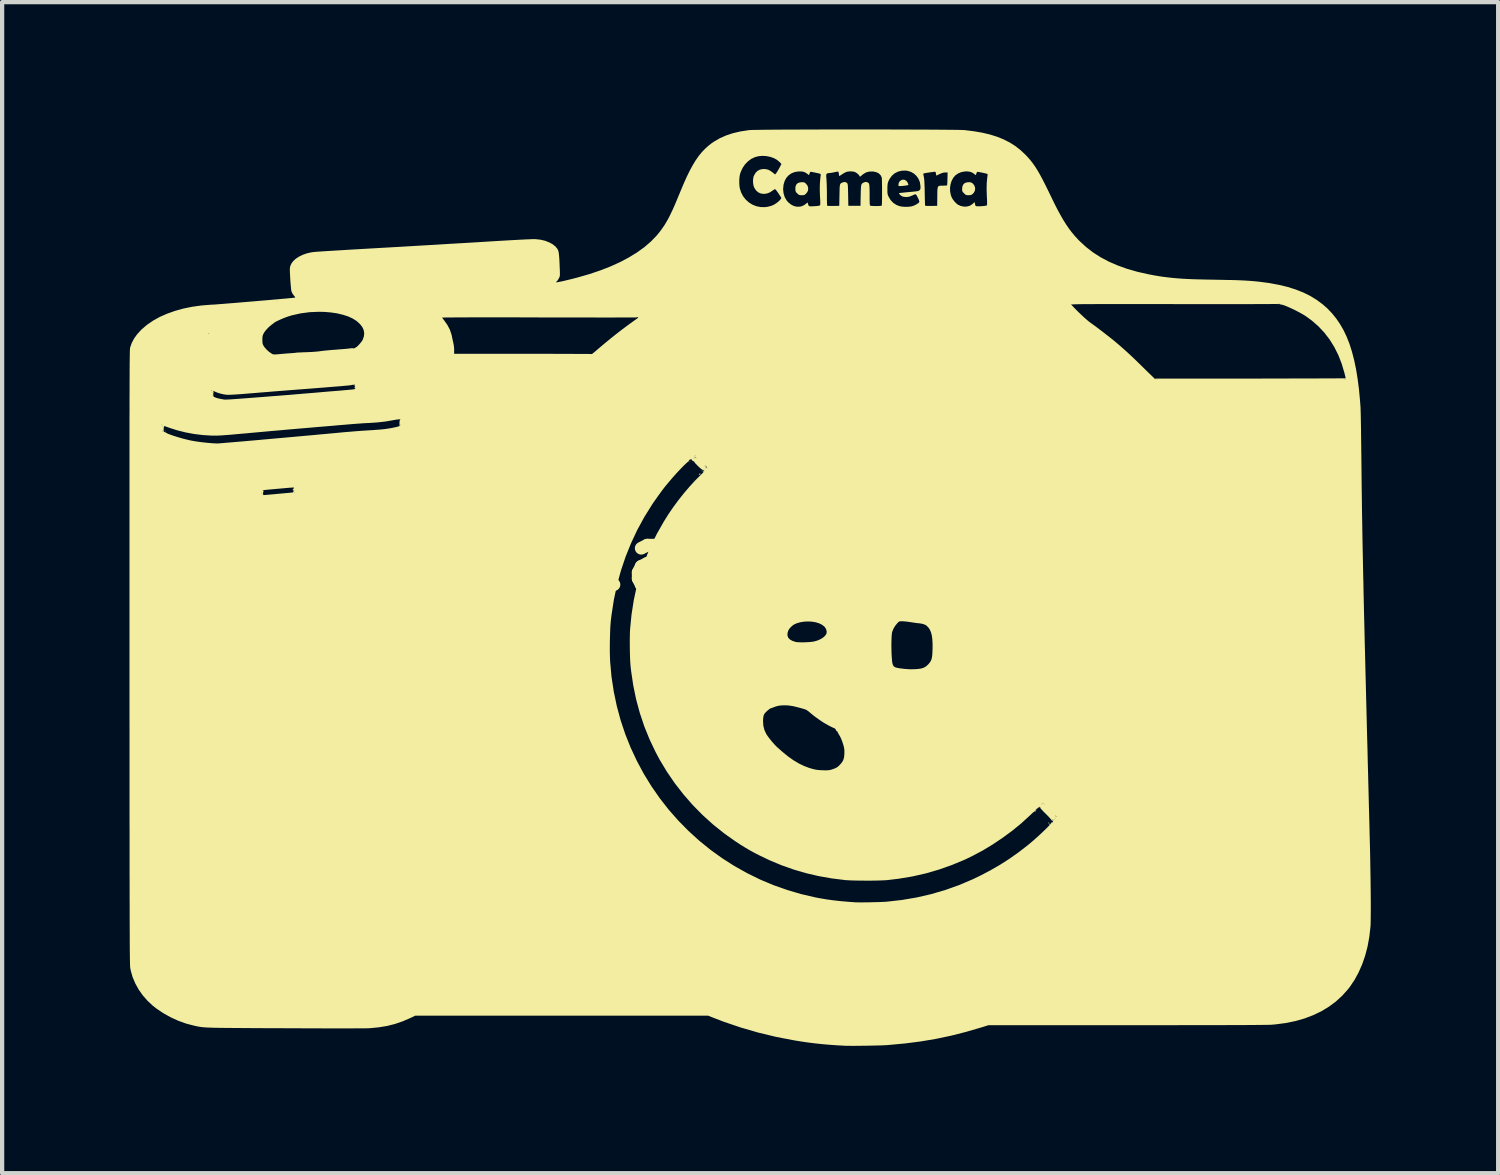
<source format=kicad_pcb>
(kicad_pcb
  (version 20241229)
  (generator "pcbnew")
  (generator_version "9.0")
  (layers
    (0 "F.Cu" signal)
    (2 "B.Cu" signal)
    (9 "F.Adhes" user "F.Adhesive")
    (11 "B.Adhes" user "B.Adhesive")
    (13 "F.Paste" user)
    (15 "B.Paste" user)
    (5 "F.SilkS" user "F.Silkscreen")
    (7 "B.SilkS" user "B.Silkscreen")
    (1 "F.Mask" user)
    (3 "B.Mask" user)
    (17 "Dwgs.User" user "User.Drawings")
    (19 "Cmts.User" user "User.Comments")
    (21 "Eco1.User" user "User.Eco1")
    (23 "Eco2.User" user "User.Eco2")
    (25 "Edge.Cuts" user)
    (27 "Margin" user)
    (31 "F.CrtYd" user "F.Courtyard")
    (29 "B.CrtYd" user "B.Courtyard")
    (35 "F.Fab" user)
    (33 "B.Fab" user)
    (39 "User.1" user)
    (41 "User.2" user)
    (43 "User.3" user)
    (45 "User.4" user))
  (footprint "camera"
    (layer "F.Cu")
    (at 14.518 10.113)
    (property "Reference" "camera" (at 0 0 0) (layer "F.SilkS") (effects (font (size 1.5 1.5) (thickness 0.3))))
    (attr board_only exclude_from_pos_files exclude_from_bom)
    (fp_poly (pts (xy -13.66 -3.017) (xy -13.665 -3.012) (xy -13.67 -3.017) (xy -13.665 -3.022)) (stroke (width 0) (type solid)) (fill yes) (layer "F.SilkS"))
    (fp_poly (pts (xy -13.66 -2.996) (xy -13.665 -2.991) (xy -13.67 -2.996) (xy -13.665 -3.001)) (stroke (width 0) (type solid)) (fill yes) (layer "F.SilkS"))
    (fp_poly (pts (xy -11.352 -1.577) (xy -11.358 -1.572) (xy -11.363 -1.577) (xy -11.358 -1.582)) (stroke (width 0) (type solid)) (fill yes) (layer "F.SilkS"))
    (fp_poly (pts (xy -11.352 -1.557) (xy -11.358 -1.552) (xy -11.363 -1.557) (xy -11.358 -1.562)) (stroke (width 0) (type solid)) (fill yes) (layer "F.SilkS"))
    (fp_poly (pts (xy -11.352 -1.516) (xy -11.358 -1.511) (xy -11.363 -1.516) (xy -11.358 -1.521)) (stroke (width 0) (type solid)) (fill yes) (layer "F.SilkS"))
    (fp_poly (pts (xy -10.668 -1.669) (xy -10.674 -1.664) (xy -10.679 -1.669) (xy -10.674 -1.674)) (stroke (width 0) (type solid)) (fill yes) (layer "F.SilkS"))
    (fp_poly (pts (xy -10.668 -1.598) (xy -10.674 -1.593) (xy -10.679 -1.598) (xy -10.674 -1.603)) (stroke (width 0) (type solid)) (fill yes) (layer "F.SilkS"))
    (fp_poly (pts (xy -10.658 -1.577) (xy -10.663 -1.572) (xy -10.668 -1.577) (xy -10.663 -1.582)) (stroke (width 0) (type solid)) (fill yes) (layer "F.SilkS"))
    (fp_poly (pts (xy -8.157 -3.282) (xy -8.162 -3.277) (xy -8.167 -3.282) (xy -8.162 -3.287)) (stroke (width 0) (type solid)) (fill yes) (layer "F.SilkS"))
    (fp_poly (pts (xy -1.235 -1.853) (xy -1.24 -1.848) (xy -1.245 -1.853) (xy -1.24 -1.858)) (stroke (width 0) (type solid)) (fill yes) (layer "F.SilkS"))
    (fp_poly (pts (xy -1.021 -2.047) (xy -1.026 -2.042) (xy -1.031 -2.047) (xy -1.026 -2.052)) (stroke (width 0) (type solid)) (fill yes) (layer "F.SilkS"))
    (fp_poly (pts (xy -1.011 -2.088) (xy -1.016 -2.083) (xy -1.021 -2.088) (xy -1.016 -2.093)) (stroke (width 0) (type solid)) (fill yes) (layer "F.SilkS"))
    (fp_poly (pts (xy -0.929 -2.169) (xy -0.934 -2.164) (xy -0.939 -2.169) (xy -0.934 -2.175)) (stroke (width 0) (type solid)) (fill yes) (layer "F.SilkS"))
    (fp_poly (pts (xy 7.177 6.233) (xy 7.172 6.238) (xy 7.167 6.233) (xy 7.172 6.227)) (stroke (width 0) (type solid)) (fill yes) (layer "F.SilkS"))
    (fp_poly (pts (xy 12.537 -5.977) (xy 12.532 -5.972) (xy 12.526 -5.977) (xy 12.532 -5.982)) (stroke (width 0) (type solid)) (fill yes) (layer "F.SilkS"))
    (fp_poly (pts (xy 12.564 -5.989) (xy 12.562 -5.983) (xy 12.557 -5.982) (xy 12.549 -5.986) (xy 12.55 -5.989) (xy 12.562 -5.991)) (stroke (width 0) (type solid)) (fill yes) (layer "F.SilkS"))
    (fp_poly (pts (xy -1.03 -2.077) (xy -1.021 -2.069) (xy -1.032 -2.066) (xy -1.036 -2.066) (xy -1.046 -2.07) (xy -1.045 -2.074) (xy -1.033 -2.078)) (stroke (width 0) (type solid)) (fill yes) (layer "F.SilkS"))
    (fp_poly (pts (xy 6.814 5.948) (xy 6.828 5.956) (xy 6.826 5.962) (xy 6.82 5.962) (xy 6.806 5.955) (xy 6.804 5.952) (xy 6.806 5.946)) (stroke (width 0) (type solid)) (fill yes) (layer "F.SilkS"))
    (fp_poly (pts (xy -1.31 -2.301) (xy -1.312 -2.297) (xy -1.321 -2.287) (xy -1.323 -2.287) (xy -1.324 -2.293) (xy -1.322 -2.297) (xy -1.312 -2.307) (xy -1.311 -2.307)) (stroke (width 0) (type solid)) (fill yes) (layer "F.SilkS"))
    (fp_poly (pts (xy -1.3 -2.341) (xy -1.302 -2.338) (xy -1.311 -2.328) (xy -1.313 -2.328) (xy -1.314 -2.334) (xy -1.312 -2.338) (xy -1.302 -2.348) (xy -1.3 -2.348)) (stroke (width 0) (type solid)) (fill yes) (layer "F.SilkS"))
    (fp_poly (pts (xy 6.857 5.907) (xy 6.855 5.911) (xy 6.846 5.921) (xy 6.844 5.921) (xy 6.843 5.915) (xy 6.845 5.911) (xy 6.855 5.901) (xy 6.857 5.901)) (stroke (width 0) (type solid)) (fill yes) (layer "F.SilkS"))
    (fp_poly (pts (xy 7.145 6.217) (xy 7.152 6.225) (xy 7.142 6.231) (xy 7.126 6.231) (xy 7.121 6.228) (xy 7.121 6.222) (xy 7.126 6.222) (xy 7.131 6.227) (xy 7.136 6.222) (xy 7.131 6.217) (xy 7.126 6.222) (xy 7.121 6.222) (xy 7.121 6.216) (xy 7.133 6.212)) (stroke (width 0) (type solid)) (fill yes) (layer "F.SilkS"))
    (fp_poly (pts (xy 7.159 6.244) (xy 7.161 6.247) (xy 7.16 6.26) (xy 7.157 6.263) (xy 7.144 6.262) (xy 7.142 6.259) (xy 7.142 6.253) (xy 7.146 6.253) (xy 7.151 6.258) (xy 7.157 6.253) (xy 7.151 6.248) (xy 7.146 6.253) (xy 7.142 6.253) (xy 7.143 6.246) (xy 7.145 6.243)) (stroke (width 0) (type solid)) (fill yes) (layer "F.SilkS"))
    (fp_poly (pts (xy -1.075 -2.014) (xy -1.077 -2.012) (xy -1.076 -2.001) (xy -1.073 -1.999) (xy -1.071 -1.991) (xy -1.078 -1.983) (xy -1.09 -1.976) (xy -1.092 -1.981) (xy -1.099 -1.987) (xy -1.105 -1.984) (xy -1.109 -1.985) (xy -1.101 -1.996) (xy -1.092 -1.996) (xy -1.087 -1.991) (xy -1.082 -1.996) (xy -1.087 -2.001) (xy -1.092 -1.996) (xy -1.101 -1.996) (xy -1.1 -1.998) (xy -1.098 -1.999) (xy -1.082 -2.016) (xy -1.073 -2.021)) (stroke (width 0) (type solid)) (fill yes) (layer "F.SilkS"))
    (fp_poly (pts (xy 3.737 -8.928) (xy 3.775 -8.908) (xy 3.776 -8.907) (xy 3.794 -8.887) (xy 3.811 -8.86) (xy 3.823 -8.833) (xy 3.828 -8.812) (xy 3.826 -8.805) (xy 3.814 -8.801) (xy 3.786 -8.796) (xy 3.75 -8.79) (xy 3.71 -8.785) (xy 3.671 -8.782) (xy 3.641 -8.78) (xy 3.637 -8.78) (xy 3.61 -8.781) (xy 3.597 -8.786) (xy 3.594 -8.801) (xy 3.594 -8.813) (xy 3.602 -8.858) (xy 3.625 -8.894) (xy 3.657 -8.919) (xy 3.696 -8.931)) (stroke (width 0) (type solid)) (fill yes) (layer "F.SilkS"))
    (fp_poly (pts (xy 1.356 -8.87) (xy 1.38 -8.865) (xy 1.4 -8.851) (xy 1.419 -8.833) (xy 1.454 -8.787) (xy 1.468 -8.735) (xy 1.465 -8.681) (xy 1.449 -8.642) (xy 1.419 -8.604) (xy 1.396 -8.582) (xy 1.377 -8.571) (xy 1.353 -8.566) (xy 1.318 -8.565) (xy 1.281 -8.566) (xy 1.257 -8.572) (xy 1.236 -8.584) (xy 1.213 -8.605) (xy 1.188 -8.629) (xy 1.175 -8.65) (xy 1.169 -8.677) (xy 1.166 -8.705) (xy 1.169 -8.766) (xy 1.187 -8.813) (xy 1.219 -8.847) (xy 1.267 -8.866) (xy 1.321 -8.872)) (stroke (width 0) (type solid)) (fill yes) (layer "F.SilkS"))
    (fp_poly (pts (xy 5.289 -8.869) (xy 5.316 -8.861) (xy 5.339 -8.845) (xy 5.378 -8.802) (xy 5.397 -8.752) (xy 5.401 -8.718) (xy 5.392 -8.664) (xy 5.365 -8.618) (xy 5.339 -8.592) (xy 5.316 -8.576) (xy 5.292 -8.568) (xy 5.258 -8.565) (xy 5.245 -8.565) (xy 5.21 -8.566) (xy 5.187 -8.571) (xy 5.166 -8.584) (xy 5.141 -8.608) (xy 5.139 -8.61) (xy 5.114 -8.636) (xy 5.101 -8.656) (xy 5.095 -8.679) (xy 5.094 -8.713) (xy 5.094 -8.715) (xy 5.101 -8.775) (xy 5.123 -8.82) (xy 5.158 -8.852) (xy 5.209 -8.868) (xy 5.251 -8.872)) (stroke (width 0) (type solid)) (fill yes) (layer "F.SilkS"))
    (fp_poly (pts (xy 2.771 -10.113) (xy 2.971 -10.113) (xy 3.169 -10.113) (xy 3.364 -10.113) (xy 3.555 -10.112) (xy 3.74 -10.112) (xy 3.919 -10.111) (xy 4.091 -10.111) (xy 4.253 -10.11) (xy 4.406 -10.109) (xy 4.548 -10.108) (xy 4.678 -10.107) (xy 4.795 -10.106) (xy 4.897 -10.105) (xy 4.984 -10.104) (xy 5.055 -10.102) (xy 5.108 -10.101) (xy 5.142 -10.099) (xy 5.15 -10.099) (xy 5.367 -10.072) (xy 5.566 -10.038) (xy 5.749 -9.995) (xy 5.917 -9.942) (xy 6.071 -9.88) (xy 6.214 -9.807) (xy 6.346 -9.724) (xy 6.468 -9.628) (xy 6.583 -9.521) (xy 6.597 -9.507) (xy 6.65 -9.45) (xy 6.7 -9.392) (xy 6.748 -9.331) (xy 6.795 -9.266) (xy 6.842 -9.195) (xy 6.89 -9.116) (xy 6.94 -9.027) (xy 6.994 -8.926) (xy 7.052 -8.812) (xy 7.116 -8.682) (xy 7.182 -8.546) (xy 7.262 -8.381) (xy 7.337 -8.233) (xy 7.409 -8.101) (xy 7.477 -7.982) (xy 7.545 -7.874) (xy 7.612 -7.776) (xy 7.681 -7.686) (xy 7.752 -7.601) (xy 7.827 -7.519) (xy 7.867 -7.479) (xy 8.017 -7.342) (xy 8.18 -7.216) (xy 8.357 -7.103) (xy 8.549 -7.001) (xy 8.757 -6.911) (xy 8.98 -6.831) (xy 9.219 -6.762) (xy 9.476 -6.704) (xy 9.617 -6.677) (xy 9.724 -6.659) (xy 9.829 -6.643) (xy 9.934 -6.63) (xy 10.04 -6.618) (xy 10.151 -6.608) (xy 10.269 -6.599) (xy 10.396 -6.592) (xy 10.534 -6.586) (xy 10.686 -6.582) (xy 10.854 -6.578) (xy 11.026 -6.575) (xy 11.183 -6.572) (xy 11.322 -6.569) (xy 11.445 -6.567) (xy 11.554 -6.564) (xy 11.651 -6.56) (xy 11.738 -6.556) (xy 11.818 -6.551) (xy 11.893 -6.546) (xy 11.965 -6.54) (xy 12.036 -6.533) (xy 12.087 -6.528) (xy 12.329 -6.496) (xy 12.554 -6.454) (xy 12.762 -6.404) (xy 12.954 -6.343) (xy 13.131 -6.273) (xy 13.295 -6.192) (xy 13.445 -6.1) (xy 13.584 -5.997) (xy 13.698 -5.897) (xy 13.806 -5.784) (xy 13.905 -5.662) (xy 13.996 -5.529) (xy 14.078 -5.386) (xy 14.152 -5.231) (xy 14.218 -5.063) (xy 14.276 -4.881) (xy 14.327 -4.684) (xy 14.372 -4.472) (xy 14.409 -4.244) (xy 14.441 -3.998) (xy 14.466 -3.733) (xy 14.476 -3.599) (xy 14.478 -3.566) (xy 14.48 -3.515) (xy 14.482 -3.447) (xy 14.484 -3.363) (xy 14.486 -3.266) (xy 14.488 -3.157) (xy 14.49 -3.037) (xy 14.491 -2.91) (xy 14.493 -2.775) (xy 14.495 -2.636) (xy 14.496 -2.493) (xy 14.497 -2.471) (xy 14.5 -2.182) (xy 14.503 -1.905) (xy 14.506 -1.637) (xy 14.51 -1.375) (xy 14.513 -1.114) (xy 14.518 -0.852) (xy 14.522 -0.586) (xy 14.527 -0.311) (xy 14.533 -0.024) (xy 14.539 0.278) (xy 14.543 0.459) (xy 14.546 0.578) (xy 14.548 0.693) (xy 14.55 0.806) (xy 14.553 0.917) (xy 14.555 1.028) (xy 14.558 1.138) (xy 14.56 1.25) (xy 14.563 1.364) (xy 14.566 1.481) (xy 14.569 1.602) (xy 14.572 1.727) (xy 14.575 1.858) (xy 14.578 1.996) (xy 14.582 2.141) (xy 14.586 2.295) (xy 14.59 2.458) (xy 14.594 2.631) (xy 14.599 2.815) (xy 14.604 3.012) (xy 14.609 3.221) (xy 14.615 3.444) (xy 14.621 3.682) (xy 14.627 3.935) (xy 14.634 4.205) (xy 14.642 4.492) (xy 14.649 4.798) (xy 14.658 5.123) (xy 14.66 5.217) (xy 14.664 5.363) (xy 14.668 5.52) (xy 14.672 5.682) (xy 14.676 5.848) (xy 14.681 6.012) (xy 14.685 6.172) (xy 14.689 6.323) (xy 14.692 6.462) (xy 14.695 6.586) (xy 14.696 6.621) (xy 14.701 6.806) (xy 14.705 6.991) (xy 14.708 7.173) (xy 14.711 7.352) (xy 14.714 7.526) (xy 14.716 7.693) (xy 14.718 7.852) (xy 14.719 8.002) (xy 14.72 8.141) (xy 14.72 8.268) (xy 14.719 8.382) (xy 14.718 8.481) (xy 14.717 8.563) (xy 14.715 8.628) (xy 14.712 8.671) (xy 14.685 8.905) (xy 14.644 9.13) (xy 14.588 9.344) (xy 14.518 9.548) (xy 14.434 9.739) (xy 14.338 9.917) (xy 14.229 10.079) (xy 14.183 10.138) (xy 14.048 10.289) (xy 13.899 10.426) (xy 13.735 10.548) (xy 13.558 10.655) (xy 13.367 10.747) (xy 13.163 10.825) (xy 12.946 10.887) (xy 12.715 10.934) (xy 12.472 10.966) (xy 12.378 10.974) (xy 12.352 10.975) (xy 12.306 10.976) (xy 12.239 10.977) (xy 12.153 10.978) (xy 12.046 10.979) (xy 11.92 10.98) (xy 11.773 10.981) (xy 11.607 10.982) (xy 11.422 10.982) (xy 11.217 10.983) (xy 10.992 10.983) (xy 10.749 10.984) (xy 10.486 10.984) (xy 10.204 10.984) (xy 9.903 10.985) (xy 9.583 10.985) (xy 9.245 10.985) (xy 8.975 10.985) (xy 5.714 10.985) (xy 5.534 11.041) (xy 5.18 11.144) (xy 4.829 11.233) (xy 4.477 11.307) (xy 4.121 11.367) (xy 3.757 11.414) (xy 3.381 11.449) (xy 3.308 11.455) (xy 3.262 11.457) (xy 3.2 11.46) (xy 3.125 11.462) (xy 3.039 11.464) (xy 2.946 11.466) (xy 2.849 11.468) (xy 2.752 11.469) (xy 2.657 11.47) (xy 2.568 11.471) (xy 2.487 11.471) (xy 2.418 11.47) (xy 2.365 11.47) (xy 2.338 11.469) (xy 2.141 11.458) (xy 1.959 11.445) (xy 1.788 11.43) (xy 1.622 11.412) (xy 1.456 11.391) (xy 1.286 11.366) (xy 1.133 11.341) (xy 0.712 11.26) (xy 0.293 11.159) (xy -0.121 11.039) (xy -0.53 10.9) (xy -0.763 10.81) (xy -0.889 10.76) (xy -4.338 10.76) (xy -7.787 10.76) (xy -7.903 10.816) (xy -8.084 10.894) (xy -8.266 10.956) (xy -8.452 11.003) (xy -8.646 11.035) (xy -8.853 11.055) (xy -8.871 11.056) (xy -8.899 11.057) (xy -8.946 11.058) (xy -9.012 11.058) (xy -9.095 11.059) (xy -9.194 11.059) (xy -9.309 11.06) (xy -9.437 11.06) (xy -9.579 11.06) (xy -9.733 11.06) (xy -9.898 11.06) (xy -10.073 11.059) (xy -10.257 11.059) (xy -10.449 11.058) (xy -10.648 11.057) (xy -10.853 11.057) (xy -10.873 11.056) (xy -11.102 11.055) (xy -11.312 11.055) (xy -11.504 11.054) (xy -11.678 11.053) (xy -11.835 11.052) (xy -11.977 11.051) (xy -12.105 11.05) (xy -12.218 11.049) (xy -12.32 11.048) (xy -12.409 11.047) (xy -12.488 11.046) (xy -12.557 11.044) (xy -12.617 11.042) (xy -12.669 11.04) (xy -12.715 11.038) (xy -12.754 11.035) (xy -12.789 11.032) (xy -12.82 11.029) (xy -12.848 11.025) (xy -12.874 11.021) (xy -12.898 11.017) (xy -12.923 11.012) (xy -12.949 11.006) (xy -12.977 11) (xy -13.003 10.994) (xy -13.187 10.946) (xy -13.37 10.88) (xy -13.549 10.798) (xy -13.721 10.702) (xy -13.88 10.595) (xy -13.974 10.521) (xy -14.097 10.406) (xy -14.206 10.281) (xy -14.301 10.146) (xy -14.38 10.004) (xy -14.443 9.857) (xy -14.486 9.708) (xy -14.5 9.637) (xy -14.501 9.63) (xy -14.502 9.619) (xy -14.503 9.606) (xy -14.504 9.589) (xy -14.505 9.568) (xy -14.506 9.542) (xy -14.507 9.512) (xy -14.507 9.476) (xy -14.508 9.435) (xy -14.509 9.387) (xy -14.509 9.332) (xy -14.51 9.271) (xy -14.511 9.202) (xy -14.511 9.124) (xy -14.512 9.039) (xy -14.512 8.944) (xy -14.512 8.841) (xy -14.513 8.727) (xy -14.513 8.603) (xy -14.514 8.469) (xy -14.514 8.324) (xy -14.514 8.167) (xy -14.515 7.998) (xy -14.515 7.816) (xy -14.515 7.622) (xy -14.516 7.415) (xy -14.516 7.194) (xy -14.516 6.958) (xy -14.516 6.708) (xy -14.516 6.443) (xy -14.517 6.163) (xy -14.517 5.866) (xy -14.517 5.554) (xy -14.517 5.224) (xy -14.517 4.877) (xy -14.517 4.513) (xy -14.517 4.13) (xy -14.518 3.729) (xy -14.518 3.309) (xy -14.518 2.869) (xy -14.518 2.41) (xy -14.518 2.312) (xy -14.518 2.062) (xy -3.204 2.062) (xy -3.204 2.174) (xy -3.202 2.278) (xy -3.199 2.37) (xy -3.196 2.43) (xy -3.164 2.78) (xy -3.111 3.127) (xy -3.04 3.468) (xy -2.949 3.804) (xy -2.839 4.133) (xy -2.716 4.441) (xy -2.568 4.758) (xy -2.404 5.064) (xy -2.223 5.358) (xy -2.027 5.64) (xy -1.816 5.91) (xy -1.59 6.166) (xy -1.351 6.409) (xy -1.099 6.638) (xy -0.835 6.852) (xy -0.559 7.051) (xy -0.272 7.234) (xy 0.025 7.401) (xy 0.332 7.552) (xy 0.648 7.685) (xy 0.973 7.8) (xy 1.305 7.897) (xy 1.644 7.976) (xy 1.73 7.992) (xy 1.892 8.02) (xy 2.058 8.043) (xy 2.235 8.063) (xy 2.424 8.079) (xy 2.578 8.09) (xy 2.617 8.091) (xy 2.673 8.092) (xy 2.741 8.092) (xy 2.82 8.091) (xy 2.904 8.09) (xy 2.99 8.088) (xy 3.075 8.086) (xy 3.155 8.084) (xy 3.226 8.081) (xy 3.284 8.078) (xy 3.323 8.075) (xy 3.678 8.035) (xy 4.024 7.976) (xy 4.363 7.898) (xy 4.694 7.801) (xy 5.018 7.686) (xy 5.337 7.551) (xy 5.512 7.467) (xy 5.757 7.339) (xy 5.986 7.207) (xy 6.205 7.067) (xy 6.42 6.915) (xy 6.637 6.748) (xy 6.641 6.744) (xy 6.703 6.693) (xy 6.769 6.637) (xy 6.835 6.578) (xy 6.901 6.519) (xy 6.965 6.46) (xy 7.024 6.403) (xy 7.078 6.351) (xy 7.124 6.304) (xy 7.161 6.264) (xy 7.187 6.234) (xy 7.2 6.214) (xy 7.201 6.208) (xy 7.199 6.198) (xy 7.205 6.205) (xy 7.215 6.212) (xy 7.228 6.203) (xy 7.228 6.202) (xy 7.235 6.186) (xy 7.228 6.171) (xy 7.228 6.171) (xy 7.248 6.171) (xy 7.253 6.176) (xy 7.259 6.171) (xy 7.253 6.166) (xy 7.248 6.171) (xy 7.228 6.171) (xy 7.213 6.162) (xy 7.205 6.163) (xy 7.199 6.163) (xy 7.201 6.159) (xy 7.199 6.155) (xy 7.251 6.155) (xy 7.252 6.156) (xy 7.262 6.149) (xy 7.264 6.146) (xy 7.266 6.136) (xy 7.265 6.136) (xy 7.256 6.143) (xy 7.253 6.146) (xy 7.251 6.155) (xy 7.199 6.155) (xy 7.196 6.148) (xy 7.18 6.128) (xy 7.219 6.128) (xy 7.222 6.134) (xy 7.232 6.145) (xy 7.238 6.143) (xy 7.238 6.141) (xy 7.231 6.133) (xy 7.226 6.13) (xy 7.219 6.128) (xy 7.18 6.128) (xy 7.179 6.126) (xy 7.173 6.12) (xy 7.279 6.12) (xy 7.284 6.125) (xy 7.289 6.12) (xy 7.284 6.115) (xy 7.279 6.12) (xy 7.173 6.12) (xy 7.151 6.095) (xy 7.136 6.079) (xy 7.279 6.079) (xy 7.284 6.085) (xy 7.285 6.084) (xy 7.302 6.084) (xy 7.303 6.085) (xy 7.313 6.077) (xy 7.315 6.074) (xy 7.317 6.065) (xy 7.316 6.064) (xy 7.307 6.071) (xy 7.305 6.074) (xy 7.302 6.084) (xy 7.285 6.084) (xy 7.289 6.079) (xy 7.284 6.074) (xy 7.279 6.079) (xy 7.136 6.079) (xy 7.121 6.063) (xy 7.292 6.063) (xy 7.293 6.064) (xy 7.302 6.057) (xy 7.305 6.054) (xy 7.307 6.044) (xy 7.306 6.044) (xy 7.296 6.051) (xy 7.294 6.054) (xy 7.292 6.063) (xy 7.121 6.063) (xy 7.114 6.056) (xy 7.072 6.013) (xy 7.065 6.007) (xy 7.015 5.957) (xy 6.979 5.919) (xy 6.954 5.892) (xy 6.939 5.873) (xy 6.933 5.86) (xy 6.934 5.852) (xy 6.935 5.85) (xy 6.941 5.84) (xy 6.935 5.845) (xy 6.932 5.847) (xy 6.915 5.854) (xy 6.906 5.849) (xy 6.896 5.846) (xy 6.895 5.857) (xy 6.889 5.871) (xy 6.88 5.873) (xy 6.863 5.878) (xy 6.842 5.894) (xy 6.84 5.896) (xy 6.824 5.915) (xy 6.823 5.926) (xy 6.83 5.933) (xy 6.838 5.94) (xy 6.829 5.938) (xy 6.826 5.937) (xy 6.815 5.939) (xy 6.798 5.949) (xy 6.772 5.969) (xy 6.736 6.001) (xy 6.689 6.046) (xy 6.678 6.056) (xy 6.483 6.234) (xy 6.272 6.406) (xy 6.048 6.571) (xy 5.815 6.727) (xy 5.577 6.871) (xy 5.336 6.999) (xy 5.156 7.086) (xy 4.852 7.212) (xy 4.546 7.32) (xy 4.236 7.41) (xy 3.918 7.482) (xy 3.592 7.536) (xy 3.333 7.567) (xy 3.278 7.571) (xy 3.205 7.574) (xy 3.12 7.577) (xy 3.025 7.579) (xy 2.923 7.58) (xy 2.819 7.58) (xy 2.715 7.579) (xy 2.615 7.578) (xy 2.524 7.576) (xy 2.443 7.573) (xy 2.377 7.569) (xy 2.343 7.567) (xy 2.022 7.527) (xy 1.715 7.473) (xy 1.418 7.404) (xy 1.128 7.319) (xy 0.845 7.219) (xy 0.564 7.102) (xy 0.346 6.998) (xy 0.24 6.945) (xy 0.145 6.894) (xy 0.056 6.844) (xy -0.034 6.79) (xy -0.129 6.731) (xy -0.234 6.662) (xy -0.235 6.662) (xy -0.508 6.469) (xy -0.768 6.261) (xy -1.016 6.037) (xy -1.186 5.865) (xy 6.881 5.865) (xy 6.886 5.87) (xy 6.891 5.865) (xy 6.886 5.86) (xy 6.881 5.865) (xy -1.186 5.865) (xy -1.216 5.834) (xy 6.911 5.834) (xy 6.917 5.84) (xy 6.922 5.834) (xy 6.917 5.829) (xy 6.911 5.834) (xy -1.216 5.834) (xy -1.25 5.8) (xy -1.256 5.794) (xy 6.963 5.794) (xy 6.968 5.799) (xy 6.973 5.794) (xy 6.968 5.789) (xy 6.963 5.794) (xy -1.256 5.794) (xy -1.264 5.783) (xy 7.024 5.783) (xy 7.029 5.789) (xy 7.034 5.783) (xy 7.029 5.778) (xy 7.024 5.783) (xy -1.264 5.783) (xy -1.273 5.773) (xy 6.973 5.773) (xy 6.978 5.778) (xy 6.983 5.773) (xy 6.978 5.768) (xy 6.973 5.773) (xy -1.273 5.773) (xy -1.282 5.763) (xy 7.014 5.763) (xy 7.019 5.768) (xy 7.024 5.763) (xy 7.019 5.758) (xy 7.014 5.763) (xy -1.282 5.763) (xy -1.291 5.753) (xy 6.973 5.753) (xy 6.978 5.758) (xy 6.983 5.753) (xy 6.993 5.753) (xy 6.998 5.758) (xy 7.003 5.753) (xy 6.998 5.748) (xy 6.993 5.753) (xy 6.983 5.753) (xy 6.978 5.748) (xy 6.973 5.753) (xy -1.291 5.753) (xy -1.469 5.549) (xy -1.673 5.287) (xy -1.861 5.012) (xy -2.032 4.728) (xy -2.125 4.553) (xy -2.268 4.252) (xy -2.393 3.945) (xy -2.433 3.823) (xy 0.405 3.823) (xy 0.412 3.932) (xy 0.437 4.031) (xy 0.48 4.124) (xy 0.483 4.13) (xy 0.515 4.177) (xy 0.558 4.234) (xy 0.606 4.294) (xy 0.656 4.352) (xy 0.703 4.402) (xy 0.726 4.426) (xy 0.865 4.549) (xy 0.996 4.656) (xy 1.123 4.745) (xy 1.247 4.819) (xy 1.37 4.879) (xy 1.492 4.925) (xy 1.509 4.93) (xy 1.578 4.95) (xy 1.638 4.964) (xy 1.695 4.973) (xy 1.757 4.978) (xy 1.831 4.98) (xy 1.843 4.981) (xy 1.9 4.981) (xy 1.943 4.979) (xy 1.977 4.974) (xy 2.01 4.967) (xy 2.042 4.956) (xy 2.093 4.938) (xy 2.131 4.92) (xy 2.163 4.899) (xy 2.196 4.87) (xy 2.222 4.843) (xy 2.265 4.792) (xy 2.294 4.74) (xy 2.312 4.682) (xy 2.32 4.612) (xy 2.321 4.569) (xy 2.321 4.515) (xy 2.317 4.472) (xy 2.309 4.43) (xy 2.295 4.38) (xy 2.29 4.363) (xy 2.266 4.291) (xy 2.242 4.231) (xy 2.216 4.178) (xy 2.187 4.13) (xy 2.171 4.103) (xy 2.162 4.082) (xy 2.161 4.076) (xy 2.153 4.064) (xy 2.148 4.063) (xy 2.135 4.055) (xy 2.124 4.036) (xy 2.122 4.019) (xy 2.118 4.015) (xy 2.114 4.017) (xy 2.105 4.015) (xy 2.103 4.008) (xy 2.099 3.995) (xy 2.095 3.994) (xy 2.083 3.99) (xy 2.056 3.978) (xy 2.019 3.961) (xy 1.976 3.939) (xy 1.93 3.914) (xy 1.885 3.889) (xy 1.845 3.866) (xy 1.828 3.856) (xy 1.713 3.779) (xy 1.603 3.698) (xy 1.515 3.626) (xy 1.472 3.59) (xy 1.437 3.566) (xy 1.406 3.549) (xy 1.373 3.538) (xy 1.372 3.538) (xy 1.33 3.526) (xy 1.28 3.512) (xy 1.235 3.5) (xy 1.118 3.471) (xy 1.015 3.455) (xy 0.939 3.45) (xy 0.864 3.451) (xy 0.802 3.456) (xy 0.746 3.466) (xy 0.687 3.484) (xy 0.628 3.507) (xy 0.601 3.516) (xy 0.588 3.519) (xy 0.571 3.527) (xy 0.545 3.546) (xy 0.513 3.572) (xy 0.502 3.581) (xy 0.464 3.618) (xy 0.437 3.651) (xy 0.42 3.687) (xy 0.411 3.731) (xy 0.406 3.787) (xy 0.405 3.823) (xy -2.433 3.823) (xy -2.498 3.63) (xy -2.585 3.308) (xy -2.653 2.977) (xy -2.703 2.638) (xy -2.716 2.522) (xy -2.721 2.457) (xy -2.726 2.376) (xy -2.729 2.283) (xy -2.732 2.182) (xy -2.733 2.077) (xy -2.733 2.04) (xy 3.428 2.04) (xy 3.429 2.124) (xy 3.431 2.208) (xy 3.435 2.287) (xy 3.44 2.358) (xy 3.445 2.417) (xy 3.451 2.456) (xy 3.463 2.497) (xy 3.48 2.527) (xy 3.507 2.549) (xy 3.548 2.564) (xy 3.604 2.575) (xy 3.62 2.578) (xy 3.746 2.593) (xy 3.86 2.601) (xy 3.968 2.6) (xy 4.059 2.594) (xy 4.136 2.582) (xy 4.198 2.561) (xy 4.251 2.528) (xy 4.3 2.482) (xy 4.3 2.482) (xy 4.329 2.447) (xy 4.352 2.413) (xy 4.369 2.376) (xy 4.381 2.334) (xy 4.389 2.282) (xy 4.394 2.217) (xy 4.397 2.137) (xy 4.398 2.117) (xy 4.398 1.996) (xy 4.392 1.892) (xy 4.38 1.804) (xy 4.361 1.731) (xy 4.335 1.67) (xy 4.301 1.619) (xy 4.259 1.577) (xy 4.244 1.565) (xy 4.209 1.547) (xy 4.158 1.531) (xy 4.097 1.52) (xy 4.067 1.517) (xy 4.045 1.515) (xy 4.016 1.511) (xy 3.977 1.506) (xy 3.926 1.498) (xy 3.86 1.488) (xy 3.808 1.481) (xy 3.759 1.475) (xy 3.706 1.471) (xy 3.676 1.47) (xy 3.64 1.471) (xy 3.616 1.475) (xy 3.598 1.486) (xy 3.577 1.506) (xy 3.572 1.511) (xy 3.517 1.578) (xy 3.474 1.651) (xy 3.446 1.723) (xy 3.445 1.727) (xy 3.439 1.763) (xy 3.434 1.816) (xy 3.431 1.882) (xy 3.429 1.958) (xy 3.428 2.04) (xy -2.733 2.04) (xy -2.734 1.972) (xy -2.733 1.872) (xy -2.732 1.807) (xy 0.98 1.807) (xy 0.998 1.856) (xy 1.035 1.897) (xy 1.092 1.93) (xy 1.167 1.956) (xy 1.169 1.957) (xy 1.203 1.962) (xy 1.253 1.965) (xy 1.314 1.967) (xy 1.38 1.966) (xy 1.448 1.963) (xy 1.511 1.959) (xy 1.567 1.953) (xy 1.604 1.947) (xy 1.685 1.924) (xy 1.757 1.893) (xy 1.817 1.856) (xy 1.864 1.815) (xy 1.894 1.771) (xy 1.901 1.754) (xy 1.904 1.709) (xy 1.891 1.66) (xy 1.864 1.613) (xy 1.848 1.595) (xy 1.795 1.553) (xy 1.728 1.52) (xy 1.648 1.495) (xy 1.561 1.48) (xy 1.469 1.475) (xy 1.376 1.479) (xy 1.286 1.493) (xy 1.201 1.517) (xy 1.143 1.542) (xy 1.101 1.57) (xy 1.058 1.609) (xy 1.022 1.651) (xy 1 1.688) (xy 0.981 1.751) (xy 0.98 1.807) (xy -2.732 1.807) (xy -2.732 1.78) (xy -2.729 1.701) (xy -2.727 1.659) (xy -2.693 1.315) (xy -2.641 0.979) (xy -2.571 0.651) (xy -2.481 0.331) (xy -2.372 0.018) (xy -2.245 -0.288) (xy -2.098 -0.586) (xy -1.932 -0.878) (xy -1.823 -1.052) (xy -1.708 -1.22) (xy -1.584 -1.388) (xy -1.454 -1.551) (xy -1.322 -1.706) (xy -1.19 -1.849) (xy -1.062 -1.977) (xy -1.038 -2) (xy -1.01 -2.028) (xy -0.998 -2.047) (xy -1 -2.056) (xy -1.01 -2.072) (xy -1.011 -2.077) (xy -1.006 -2.08) (xy -1.002 -2.074) (xy -0.993 -2.067) (xy -0.993 -2.067) (xy -0.98 -2.067) (xy -0.975 -2.062) (xy -0.97 -2.067) (xy -0.975 -2.072) (xy -0.98 -2.067) (xy -0.993 -2.067) (xy -0.987 -2.077) (xy -0.985 -2.088) (xy -0.99 -2.088) (xy -1.003 -2.089) (xy -1.006 -2.093) (xy -1.018 -2.099) (xy -1.022 -2.097) (xy -1.033 -2.102) (xy -1.035 -2.104) (xy -1.031 -2.108) (xy -0.99 -2.108) (xy -0.985 -2.103) (xy -0.98 -2.108) (xy -0.985 -2.113) (xy -0.99 -2.108) (xy -1.031 -2.108) (xy -1.036 -2.113) (xy -1.041 -2.108) (xy -1.054 -2.118) (xy -1.066 -2.129) (xy -0.919 -2.129) (xy -0.914 -2.123) (xy -0.909 -2.129) (xy -0.914 -2.134) (xy -0.919 -2.129) (xy -1.066 -2.129) (xy -1.082 -2.142) (xy -1.091 -2.151) (xy -0.958 -2.151) (xy -0.956 -2.145) (xy -0.945 -2.135) (xy -0.939 -2.137) (xy -0.939 -2.138) (xy -0.946 -2.147) (xy -0.951 -2.15) (xy -0.958 -2.151) (xy -1.091 -2.151) (xy -1.109 -2.168) (xy -0.944 -2.168) (xy -0.934 -2.158) (xy -0.916 -2.146) (xy -0.911 -2.148) (xy -0.919 -2.165) (xy -0.932 -2.178) (xy -0.941 -2.178) (xy -0.944 -2.168) (xy -1.109 -2.168) (xy -1.114 -2.172) (xy -1.131 -2.189) (xy -0.966 -2.189) (xy -0.964 -2.176) (xy -0.957 -2.181) (xy -0.955 -2.184) (xy -0.955 -2.197) (xy -0.958 -2.199) (xy -0.965 -2.196) (xy -0.966 -2.189) (xy -1.131 -2.189) (xy -1.146 -2.204) (xy -1.176 -2.234) (xy -1.199 -2.26) (xy -1.213 -2.279) (xy -1.215 -2.284) (xy -1.22 -2.295) (xy -1.223 -2.295) (xy -1.238 -2.299) (xy -1.258 -2.311) (xy -1.273 -2.326) (xy -1.276 -2.334) (xy -1.284 -2.348) (xy -1.29 -2.351) (xy -1.305 -2.348) (xy -1.323 -2.335) (xy -1.34 -2.317) (xy -1.35 -2.3) (xy -1.349 -2.291) (xy -1.349 -2.288) (xy -1.353 -2.29) (xy -1.364 -2.285) (xy -1.387 -2.267) (xy -1.419 -2.237) (xy -1.46 -2.198) (xy -1.506 -2.151) (xy -1.557 -2.098) (xy -1.61 -2.042) (xy -1.663 -1.983) (xy -1.715 -1.925) (xy -1.764 -1.868) (xy -1.807 -1.817) (xy -1.834 -1.785) (xy -1.859 -1.754) (xy -1.876 -1.735) (xy -1.902 -1.703) (xy -1.938 -1.657) (xy -1.98 -1.601) (xy -2.026 -1.538) (xy -2.074 -1.472) (xy -2.122 -1.404) (xy -2.167 -1.34) (xy -2.207 -1.281) (xy -2.21 -1.276) (xy -2.394 -0.981) (xy -2.559 -0.678) (xy -2.705 -0.367) (xy -2.833 -0.049) (xy -2.943 0.278) (xy -3.035 0.614) (xy -3.108 0.959) (xy -3.163 1.314) (xy -3.181 1.46) (xy -3.187 1.533) (xy -3.193 1.622) (xy -3.197 1.723) (xy -3.2 1.833) (xy -3.203 1.948) (xy -3.204 2.062) (xy -14.518 2.062) (xy -14.518 1.85) (xy -14.518 1.408) (xy -14.518 0.985) (xy -14.518 0.582) (xy -14.518 0.197) (xy -14.518 -0.17) (xy -14.518 -0.519) (xy -14.518 -0.85) (xy -14.518 -1.165) (xy -14.518 -1.463) (xy -14.518 -1.526) (xy -11.393 -1.526) (xy -11.388 -1.521) (xy -11.383 -1.526) (xy -11.388 -1.531) (xy -11.393 -1.526) (xy -14.518 -1.526) (xy -14.518 -1.547) (xy -11.403 -1.547) (xy -11.398 -1.542) (xy -11.393 -1.547) (xy -11.373 -1.547) (xy -11.371 -1.519) (xy -11.366 -1.503) (xy -11.363 -1.501) (xy -11.351 -1.502) (xy -11.321 -1.504) (xy -11.275 -1.508) (xy -11.217 -1.513) (xy -11.148 -1.519) (xy -11.071 -1.526) (xy -11.013 -1.532) (xy -10.932 -1.539) (xy -10.857 -1.546) (xy -10.791 -1.552) (xy -10.736 -1.557) (xy -10.695 -1.562) (xy -10.671 -1.564) (xy -10.664 -1.565) (xy -10.663 -1.567) (xy -10.638 -1.567) (xy -10.633 -1.562) (xy -10.628 -1.567) (xy -10.633 -1.572) (xy -10.638 -1.567) (xy -10.663 -1.567) (xy -10.657 -1.576) (xy -10.654 -1.596) (xy -10.655 -1.608) (xy -10.638 -1.608) (xy -10.633 -1.603) (xy -10.628 -1.608) (xy -10.633 -1.613) (xy -10.638 -1.608) (xy -10.655 -1.608) (xy -10.656 -1.615) (xy -10.664 -1.619) (xy -10.674 -1.623) (xy -10.675 -1.629) (xy -10.671 -1.638) (xy -10.667 -1.637) (xy -10.659 -1.641) (xy -10.658 -1.649) (xy -10.654 -1.66) (xy -10.65 -1.66) (xy -10.642 -1.663) (xy -10.641 -1.669) (xy -10.641 -1.673) (xy -10.642 -1.676) (xy -10.645 -1.678) (xy -10.654 -1.679) (xy -10.668 -1.679) (xy -10.691 -1.679) (xy -10.724 -1.676) (xy -10.769 -1.673) (xy -10.828 -1.668) (xy -10.902 -1.661) (xy -10.993 -1.653) (xy -11.061 -1.647) (xy -11.138 -1.64) (xy -11.208 -1.634) (xy -11.269 -1.628) (xy -11.318 -1.623) (xy -11.353 -1.619) (xy -11.371 -1.617) (xy -11.373 -1.616) (xy -11.37 -1.608) (xy -11.362 -1.602) (xy -11.354 -1.594) (xy -11.36 -1.593) (xy -11.369 -1.583) (xy -11.373 -1.554) (xy -11.373 -1.547) (xy -11.393 -1.547) (xy -11.398 -1.552) (xy -11.403 -1.547) (xy -14.518 -1.547) (xy -14.518 -1.567) (xy -11.414 -1.567) (xy -11.409 -1.562) (xy -11.403 -1.567) (xy -11.409 -1.572) (xy -11.414 -1.567) (xy -14.518 -1.567) (xy -14.518 -1.618) (xy -11.393 -1.618) (xy -11.388 -1.613) (xy -11.383 -1.618) (xy -11.388 -1.623) (xy -11.393 -1.618) (xy -14.518 -1.618) (xy -14.518 -1.745) (xy -14.518 -2.012) (xy -14.518 -2.264) (xy -14.518 -2.374) (xy -1.235 -2.374) (xy -1.23 -2.368) (xy -1.225 -2.374) (xy -1.205 -2.374) (xy -1.2 -2.368) (xy -1.194 -2.374) (xy -1.164 -2.374) (xy -1.159 -2.368) (xy -1.154 -2.374) (xy -1.159 -2.379) (xy -1.164 -2.374) (xy -1.194 -2.374) (xy -1.2 -2.379) (xy -1.205 -2.374) (xy -1.225 -2.374) (xy -1.23 -2.379) (xy -1.235 -2.374) (xy -14.518 -2.374) (xy -14.518 -2.394) (xy -1.225 -2.394) (xy -1.22 -2.389) (xy -1.215 -2.394) (xy -1.216 -2.395) (xy -1.202 -2.395) (xy -1.194 -2.389) (xy -1.178 -2.38) (xy -1.176 -2.383) (xy -1.179 -2.389) (xy -1.194 -2.399) (xy -1.198 -2.399) (xy -1.202 -2.395) (xy -1.216 -2.395) (xy -1.22 -2.399) (xy -1.225 -2.394) (xy -14.518 -2.394) (xy -14.518 -2.414) (xy -1.205 -2.414) (xy -1.2 -2.409) (xy -1.194 -2.414) (xy -1.2 -2.42) (xy -1.205 -2.414) (xy -14.518 -2.414) (xy -14.518 -2.435) (xy -1.205 -2.435) (xy -1.2 -2.43) (xy -1.194 -2.435) (xy -1.184 -2.435) (xy -1.179 -2.43) (xy -1.174 -2.435) (xy -1.179 -2.44) (xy -1.184 -2.435) (xy -1.194 -2.435) (xy -1.2 -2.44) (xy -1.205 -2.435) (xy -14.518 -2.435) (xy -14.518 -2.501) (xy -14.518 -2.723) (xy -14.518 -2.932) (xy -14.518 -3.019) (xy -13.75 -3.019) (xy -13.747 -3.013) (xy -13.737 -3.002) (xy -13.731 -3.005) (xy -13.731 -3.006) (xy -13.738 -3.015) (xy -13.743 -3.018) (xy -13.75 -3.019) (xy -14.518 -3.019) (xy -14.518 -3.042) (xy -13.713 -3.042) (xy -13.713 -3.016) (xy -13.711 -3) (xy -13.709 -2.998) (xy -13.701 -2.995) (xy -13.7 -2.991) (xy -13.695 -2.984) (xy -13.691 -2.986) (xy -13.677 -2.984) (xy -13.668 -2.977) (xy -13.646 -2.963) (xy -13.608 -2.945) (xy -13.555 -2.925) (xy -13.492 -2.902) (xy -13.42 -2.879) (xy -13.343 -2.856) (xy -13.264 -2.833) (xy -13.185 -2.813) (xy -13.11 -2.795) (xy -13.052 -2.783) (xy -12.941 -2.764) (xy -12.816 -2.747) (xy -12.684 -2.733) (xy -12.554 -2.722) (xy -12.453 -2.717) (xy -12.437 -2.718) (xy -12.403 -2.72) (xy -12.351 -2.724) (xy -12.283 -2.73) (xy -12.201 -2.737) (xy -12.105 -2.745) (xy -11.998 -2.754) (xy -11.88 -2.764) (xy -11.753 -2.775) (xy -11.618 -2.787) (xy -11.478 -2.799) (xy -11.386 -2.808) (xy -11.192 -2.825) (xy -11.016 -2.841) (xy -10.857 -2.855) (xy -10.711 -2.868) (xy -10.578 -2.88) (xy -10.455 -2.891) (xy -10.34 -2.902) (xy -10.231 -2.911) (xy -10.125 -2.921) (xy -10.022 -2.931) (xy -9.918 -2.94) (xy -9.812 -2.95) (xy -9.702 -2.96) (xy -9.585 -2.971) (xy -9.469 -2.982) (xy -9.372 -2.99) (xy -9.266 -2.999) (xy -9.157 -3.008) (xy -9.05 -3.016) (xy -8.953 -3.022) (xy -8.873 -3.027) (xy -8.794 -3.032) (xy -8.715 -3.038) (xy -8.64 -3.043) (xy -8.575 -3.049) (xy -8.522 -3.054) (xy -8.496 -3.058) (xy -8.419 -3.069) (xy -8.348 -3.081) (xy -8.284 -3.094) (xy -8.23 -3.106) (xy -8.189 -3.117) (xy -8.164 -3.127) (xy -8.16 -3.13) (xy -8.153 -3.139) (xy -8.137 -3.139) (xy -8.131 -3.134) (xy -8.126 -3.139) (xy -8.131 -3.144) (xy -8.137 -3.139) (xy -8.153 -3.139) (xy -8.152 -3.141) (xy -8.154 -3.144) (xy -8.157 -3.154) (xy -8.158 -3.16) (xy -8.147 -3.16) (xy -8.142 -3.155) (xy -8.137 -3.16) (xy -8.142 -3.165) (xy -8.147 -3.16) (xy -8.158 -3.16) (xy -8.159 -3.178) (xy -8.159 -3.211) (xy -8.155 -3.249) (xy -8.15 -3.268) (xy -8.143 -3.27) (xy -8.139 -3.271) (xy -8.146 -3.28) (xy -8.161 -3.292) (xy -8.172 -3.288) (xy -8.186 -3.281) (xy -8.19 -3.283) (xy -8.201 -3.283) (xy -8.229 -3.279) (xy -8.268 -3.273) (xy -8.316 -3.264) (xy -8.322 -3.263) (xy -8.494 -3.234) (xy -8.68 -3.213) (xy -8.873 -3.2) (xy -8.887 -3.2) (xy -8.944 -3.197) (xy -9.015 -3.193) (xy -9.098 -3.187) (xy -9.185 -3.181) (xy -9.273 -3.174) (xy -9.331 -3.169) (xy -9.389 -3.164) (xy -9.447 -3.159) (xy -9.507 -3.154) (xy -9.571 -3.149) (xy -9.64 -3.143) (xy -9.716 -3.136) (xy -9.8 -3.129) (xy -9.895 -3.121) (xy -10.002 -3.112) (xy -10.122 -3.102) (xy -10.258 -3.09) (xy -10.411 -3.077) (xy -10.583 -3.063) (xy -10.587 -3.062) (xy -10.636 -3.058) (xy -10.704 -3.052) (xy -10.788 -3.045) (xy -10.885 -3.036) (xy -10.994 -3.026) (xy -11.112 -3.016) (xy -11.237 -3.005) (xy -11.367 -2.993) (xy -11.499 -2.981) (xy -11.623 -2.97) (xy -11.771 -2.956) (xy -11.901 -2.945) (xy -12.013 -2.935) (xy -12.11 -2.926) (xy -12.193 -2.919) (xy -12.265 -2.914) (xy -12.325 -2.909) (xy -12.377 -2.906) (xy -12.422 -2.904) (xy -12.461 -2.902) (xy -12.497 -2.902) (xy -12.53 -2.902) (xy -12.562 -2.902) (xy -12.593 -2.903) (xy -12.794 -2.916) (xy -12.997 -2.941) (xy -13.197 -2.978) (xy -13.39 -3.026) (xy -13.569 -3.083) (xy -13.622 -3.102) (xy -13.666 -3.118) (xy -13.693 -3.124) (xy -13.705 -3.122) (xy -13.706 -3.121) (xy -13.709 -3.101) (xy -13.712 -3.072) (xy -13.713 -3.042) (xy -14.518 -3.042) (xy -14.518 -3.119) (xy -13.752 -3.119) (xy -13.746 -3.114) (xy -13.741 -3.119) (xy -13.746 -3.124) (xy -13.752 -3.119) (xy -14.518 -3.119) (xy -14.518 -3.128) (xy -14.518 -3.149) (xy -13.741 -3.149) (xy -13.736 -3.144) (xy -13.731 -3.149) (xy -13.736 -3.155) (xy -13.741 -3.149) (xy -14.518 -3.149) (xy -14.518 -3.16) (xy -13.762 -3.16) (xy -13.757 -3.155) (xy -13.752 -3.16) (xy -13.757 -3.165) (xy -13.762 -3.16) (xy -14.518 -3.16) (xy -14.518 -3.292) (xy -8.137 -3.292) (xy -8.131 -3.287) (xy -8.126 -3.292) (xy -8.131 -3.298) (xy -8.137 -3.292) (xy -14.518 -3.292) (xy -14.518 -3.31) (xy -14.517 -3.481) (xy -14.517 -3.639) (xy -14.517 -3.786) (xy -14.517 -3.839) (xy -12.577 -3.839) (xy -12.574 -3.83) (xy -12.571 -3.832) (xy -12.569 -3.844) (xy -12.571 -3.845) (xy -12.577 -3.844) (xy -12.577 -3.839) (xy -14.517 -3.839) (xy -14.516 -3.921) (xy -14.516 -3.925) (xy -12.577 -3.925) (xy -12.572 -3.92) (xy -12.567 -3.925) (xy -12.572 -3.93) (xy -12.577 -3.925) (xy -14.516 -3.925) (xy -14.516 -3.952) (xy -12.595 -3.952) (xy -12.594 -3.951) (xy -12.591 -3.953) (xy -12.563 -3.953) (xy -12.554 -3.952) (xy -12.541 -3.946) (xy -12.543 -3.939) (xy -12.544 -3.932) (xy -12.536 -3.936) (xy -12.527 -3.94) (xy -12.532 -3.932) (xy -12.535 -3.928) (xy -12.543 -3.907) (xy -12.546 -3.875) (xy -12.545 -3.865) (xy -12.543 -3.838) (xy -12.537 -3.822) (xy -12.521 -3.811) (xy -12.491 -3.799) (xy -12.456 -3.787) (xy -12.414 -3.776) (xy -12.362 -3.765) (xy -12.294 -3.753) (xy -12.292 -3.753) (xy -12.282 -3.752) (xy -12.269 -3.751) (xy -12.25 -3.751) (xy -12.226 -3.752) (xy -12.194 -3.753) (xy -12.154 -3.755) (xy -12.103 -3.758) (xy -12.04 -3.763) (xy -11.965 -3.768) (xy -11.875 -3.775) (xy -11.769 -3.783) (xy -11.647 -3.792) (xy -11.506 -3.803) (xy -11.439 -3.808) (xy -11.279 -3.821) (xy -11.138 -3.832) (xy -11.015 -3.841) (xy -10.907 -3.85) (xy -10.815 -3.857) (xy -10.736 -3.863) (xy -10.669 -3.869) (xy -10.613 -3.874) (xy -10.566 -3.878) (xy -10.527 -3.881) (xy -10.495 -3.884) (xy -10.49 -3.884) (xy -10.463 -3.887) (xy -10.421 -3.891) (xy -10.366 -3.895) (xy -10.304 -3.9) (xy -10.245 -3.905) (xy -10.18 -3.91) (xy -10.12 -3.915) (xy -10.068 -3.92) (xy -10.028 -3.923) (xy -10.005 -3.925) (xy -9.98 -3.928) (xy -9.939 -3.931) (xy -9.886 -3.936) (xy -9.825 -3.941) (xy -9.765 -3.946) (xy -9.7 -3.951) (xy -9.639 -3.956) (xy -9.585 -3.96) (xy -9.544 -3.964) (xy -9.52 -3.966) (xy -9.489 -3.969) (xy -9.445 -3.973) (xy -9.392 -3.977) (xy -9.342 -3.982) (xy -9.285 -3.987) (xy -9.245 -3.992) (xy -9.22 -3.996) (xy -9.206 -4) (xy -9.2 -4.006) (xy -9.198 -4.013) (xy -9.205 -4.019) (xy -9.209 -4.017) (xy -9.217 -4.017) (xy -9.217 -4.031) (xy -9.208 -4.054) (xy -9.208 -4.055) (xy -9.201 -4.069) (xy -9.207 -4.069) (xy -9.209 -4.068) (xy -9.217 -4.067) (xy -9.217 -4.083) (xy -9.217 -4.087) (xy -9.216 -4.107) (xy -9.22 -4.114) (xy -9.229 -4.106) (xy -9.229 -4.103) (xy -9.235 -4.097) (xy -9.239 -4.099) (xy -9.255 -4.1) (xy -9.28 -4.096) (xy -9.288 -4.094) (xy -9.296 -4.092) (xy -9.31 -4.09) (xy -9.33 -4.087) (xy -9.356 -4.084) (xy -9.391 -4.081) (xy -9.434 -4.077) (xy -9.487 -4.072) (xy -9.551 -4.066) (xy -9.627 -4.06) (xy -9.716 -4.053) (xy -9.818 -4.045) (xy -9.935 -4.035) (xy -10.067 -4.025) (xy -10.216 -4.013) (xy -10.383 -4) (xy -10.568 -3.986) (xy -10.75 -3.972) (xy -10.872 -3.962) (xy -11.005 -3.952) (xy -11.143 -3.941) (xy -11.281 -3.929) (xy -11.416 -3.919) (xy -11.543 -3.908) (xy -11.656 -3.899) (xy -11.72 -3.894) (xy -11.849 -3.883) (xy -11.96 -3.875) (xy -12.054 -3.869) (xy -12.129 -3.865) (xy -12.186 -3.863) (xy -12.222 -3.863) (xy -12.227 -3.864) (xy -12.304 -3.875) (xy -12.383 -3.894) (xy -12.457 -3.918) (xy -12.498 -3.936) (xy -12.528 -3.95) (xy -12.551 -3.957) (xy -12.56 -3.957) (xy -12.563 -3.953) (xy -12.591 -3.953) (xy -12.585 -3.958) (xy -12.583 -3.961) (xy -12.58 -3.971) (xy -12.581 -3.971) (xy -12.591 -3.964) (xy -12.593 -3.961) (xy -12.595 -3.952) (xy -14.516 -3.952) (xy -14.516 -4.046) (xy -14.516 -4.16) (xy -14.515 -4.265) (xy -14.515 -4.361) (xy -14.515 -4.447) (xy -14.514 -4.525) (xy -14.514 -4.595) (xy -14.513 -4.658) (xy -14.512 -4.713) (xy -14.512 -4.761) (xy -14.511 -4.804) (xy -14.51 -4.84) (xy -14.51 -4.871) (xy -14.509 -4.897) (xy -14.508 -4.919) (xy -14.507 -4.936) (xy -14.506 -4.95) (xy -14.505 -4.961) (xy -14.504 -4.969) (xy -14.503 -4.975) (xy -14.503 -4.977) (xy -14.465 -5.084) (xy -14.425 -5.161) (xy -11.388 -5.161) (xy -11.387 -5.112) (xy -11.384 -5.077) (xy -11.376 -5.05) (xy -11.364 -5.024) (xy -11.332 -4.977) (xy -11.287 -4.927) (xy -11.234 -4.879) (xy -11.188 -4.846) (xy -11.169 -4.834) (xy -11.153 -4.825) (xy -11.137 -4.818) (xy -11.117 -4.815) (xy -11.092 -4.814) (xy -11.056 -4.816) (xy -11.008 -4.82) (xy -10.944 -4.826) (xy -10.913 -4.828) (xy -10.853 -4.834) (xy -10.786 -4.839) (xy -10.723 -4.843) (xy -10.704 -4.845) (xy -10.66 -4.848) (xy -10.625 -4.851) (xy -10.602 -4.854) (xy -10.595 -4.855) (xy -10.584 -4.857) (xy -10.555 -4.859) (xy -10.513 -4.861) (xy -10.461 -4.863) (xy -10.427 -4.865) (xy -10.328 -4.868) (xy -10.245 -4.872) (xy -10.176 -4.876) (xy -10.117 -4.881) (xy -10.064 -4.886) (xy -10.014 -4.893) (xy -10 -4.895) (xy -9.965 -4.899) (xy -9.914 -4.905) (xy -9.849 -4.911) (xy -9.776 -4.918) (xy -9.697 -4.924) (xy -9.615 -4.93) (xy -9.612 -4.931) (xy -9.535 -4.937) (xy -9.465 -4.942) (xy -9.404 -4.948) (xy -9.355 -4.953) (xy -9.326 -4.956) (xy -9.29 -4.956) (xy -9.285 -4.951) (xy -9.28 -4.956) (xy -9.285 -4.962) (xy -9.29 -4.956) (xy -9.326 -4.956) (xy -9.319 -4.957) (xy -9.301 -4.961) (xy -9.299 -4.961) (xy -9.279 -4.965) (xy -9.27 -4.962) (xy -9.25 -4.957) (xy -9.226 -4.959) (xy -9.206 -4.966) (xy -9.2 -4.972) (xy -9.188 -4.981) (xy -9.183 -4.982) (xy -9.169 -4.99) (xy -9.146 -5.01) (xy -9.117 -5.039) (xy -9.088 -5.072) (xy -9.06 -5.107) (xy -9.037 -5.138) (xy -9.026 -5.157) (xy -8.998 -5.236) (xy -8.989 -5.312) (xy -9.001 -5.386) (xy -9.033 -5.457) (xy -9.085 -5.526) (xy -9.158 -5.593) (xy -9.176 -5.607) (xy -9.264 -5.662) (xy -9.327 -5.691) (xy -7.156 -5.691) (xy -7.15 -5.678) (xy -7.135 -5.654) (xy -7.112 -5.624) (xy -7.106 -5.616) (xy -7.029 -5.507) (xy -6.971 -5.395) (xy -6.932 -5.28) (xy -6.922 -5.232) (xy -6.912 -5.183) (xy -6.9 -5.128) (xy -6.89 -5.085) (xy -6.878 -5.022) (xy -6.871 -4.952) (xy -6.871 -4.919) (xy -6.871 -4.829) (xy -5.256 -4.829) (xy -5.076 -4.829) (xy -4.902 -4.829) (xy -4.734 -4.829) (xy -4.574 -4.829) (xy -4.423 -4.828) (xy -4.282 -4.828) (xy -4.151 -4.828) (xy -4.033 -4.827) (xy -3.929 -4.827) (xy -3.838 -4.827) (xy -3.763 -4.826) (xy -3.704 -4.826) (xy -3.663 -4.825) (xy -3.641 -4.824) (xy -3.637 -4.824) (xy -3.633 -4.822) (xy -3.628 -4.823) (xy -3.619 -4.828) (xy -3.604 -4.84) (xy -3.581 -4.858) (xy -3.548 -4.886) (xy -3.503 -4.924) (xy -3.456 -4.965) (xy -3.325 -5.075) (xy -3.187 -5.188) (xy -3.046 -5.301) (xy -2.906 -5.409) (xy -2.77 -5.51) (xy -2.644 -5.601) (xy -2.596 -5.635) (xy -2.559 -5.661) (xy -2.539 -5.678) (xy -2.534 -5.688) (xy -2.542 -5.692) (xy -2.552 -5.692) (xy -2.569 -5.69) (xy -2.573 -5.687) (xy -2.583 -5.686) (xy -2.612 -5.686) (xy -2.66 -5.685) (xy -2.726 -5.685) (xy -2.809 -5.685) (xy -2.907 -5.685) (xy -3.021 -5.685) (xy -3.148 -5.684) (xy -3.289 -5.684) (xy -3.441 -5.684) (xy -3.605 -5.685) (xy -3.779 -5.685) (xy -3.963 -5.685) (xy -4.156 -5.685) (xy -4.355 -5.685) (xy -4.562 -5.686) (xy -4.774 -5.686) (xy -4.854 -5.686) (xy -5.148 -5.687) (xy -5.422 -5.688) (xy -5.675 -5.688) (xy -5.909 -5.688) (xy -6.122 -5.688) (xy -6.314 -5.688) (xy -6.487 -5.688) (xy -6.639 -5.687) (xy -6.771 -5.687) (xy -6.883 -5.686) (xy -6.974 -5.686) (xy -7.045 -5.685) (xy -7.096 -5.684) (xy -7.126 -5.683) (xy -7.136 -5.681) (xy -7.141 -5.679) (xy -7.146 -5.686) (xy -7.154 -5.694) (xy -7.156 -5.691) (xy -9.327 -5.691) (xy -9.369 -5.71) (xy -9.49 -5.749) (xy -9.624 -5.781) (xy -9.769 -5.803) (xy -9.925 -5.816) (xy -10.056 -5.819) (xy -10.275 -5.81) (xy -10.486 -5.782) (xy -10.691 -5.736) (xy -10.774 -5.711) (xy -10.825 -5.693) (xy -10.881 -5.672) (xy -10.938 -5.648) (xy -10.994 -5.623) (xy -11.043 -5.6) (xy -11.081 -5.58) (xy -11.105 -5.564) (xy -11.109 -5.562) (xy -11.124 -5.549) (xy -11.15 -5.529) (xy -11.174 -5.511) (xy -11.232 -5.463) (xy -11.287 -5.407) (xy -11.333 -5.35) (xy -11.359 -5.308) (xy -11.373 -5.278) (xy -11.382 -5.251) (xy -11.386 -5.22) (xy -11.388 -5.179) (xy -11.388 -5.161) (xy -14.425 -5.161) (xy -14.411 -5.187) (xy -14.341 -5.286) (xy -14.329 -5.299) (xy -12.657 -5.299) (xy -12.655 -5.298) (xy -12.646 -5.306) (xy -12.644 -5.309) (xy -12.641 -5.318) (xy -12.643 -5.319) (xy -12.652 -5.312) (xy -12.654 -5.309) (xy -12.657 -5.299) (xy -14.329 -5.299) (xy -14.252 -5.384) (xy -14.23 -5.406) (xy -14.105 -5.513) (xy -13.963 -5.61) (xy -13.805 -5.698) (xy -13.632 -5.774) (xy -13.446 -5.84) (xy -13.248 -5.895) (xy -13.039 -5.938) (xy -12.82 -5.968) (xy -12.635 -5.983) (xy 7.668 -5.983) (xy 7.669 -5.984) (xy 7.674 -5.978) (xy 7.699 -5.95) (xy 7.733 -5.914) (xy 7.774 -5.872) (xy 7.82 -5.826) (xy 7.869 -5.779) (xy 7.919 -5.732) (xy 7.968 -5.686) (xy 8.015 -5.645) (xy 8.056 -5.609) (xy 8.09 -5.581) (xy 8.106 -5.57) (xy 8.168 -5.525) (xy 8.243 -5.471) (xy 8.324 -5.409) (xy 8.41 -5.344) (xy 8.496 -5.277) (xy 8.578 -5.213) (xy 8.652 -5.154) (xy 8.692 -5.121) (xy 8.79 -5.038) (xy 8.885 -4.955) (xy 8.98 -4.87) (xy 9.078 -4.779) (xy 9.182 -4.68) (xy 9.295 -4.57) (xy 9.364 -4.502) (xy 9.423 -4.444) (xy 9.477 -4.391) (xy 9.525 -4.345) (xy 9.564 -4.307) (xy 9.594 -4.278) (xy 9.612 -4.261) (xy 9.617 -4.257) (xy 9.622 -4.254) (xy 9.628 -4.244) (xy 9.639 -4.23) (xy 9.644 -4.227) (xy 9.644 -4.232) (xy 9.688 -4.232) (xy 9.693 -4.227) (xy 9.699 -4.232) (xy 14.099 -4.232) (xy 14.104 -4.227) (xy 14.109 -4.232) (xy 14.119 -4.232) (xy 14.124 -4.227) (xy 14.129 -4.232) (xy 14.124 -4.237) (xy 14.119 -4.232) (xy 14.109 -4.232) (xy 14.104 -4.237) (xy 14.099 -4.232) (xy 9.699 -4.232) (xy 9.693 -4.237) (xy 9.688 -4.232) (xy 9.644 -4.232) (xy 9.644 -4.233) (xy 9.642 -4.237) (xy 9.646 -4.244) (xy 9.66 -4.246) (xy 9.678 -4.246) (xy 9.715 -4.245) (xy 9.77 -4.245) (xy 9.842 -4.245) (xy 9.928 -4.245) (xy 10.03 -4.245) (xy 10.144 -4.245) (xy 10.27 -4.245) (xy 10.408 -4.245) (xy 10.555 -4.245) (xy 10.71 -4.245) (xy 10.874 -4.245) (xy 11.044 -4.245) (xy 11.219 -4.245) (xy 11.398 -4.245) (xy 11.58 -4.246) (xy 11.764 -4.246) (xy 11.949 -4.246) (xy 12.134 -4.246) (xy 12.317 -4.247) (xy 12.498 -4.247) (xy 12.674 -4.247) (xy 12.846 -4.248) (xy 13.012 -4.248) (xy 13.171 -4.249) (xy 13.322 -4.249) (xy 13.463 -4.249) (xy 13.594 -4.25) (xy 13.714 -4.25) (xy 13.82 -4.25) (xy 13.913 -4.251) (xy 13.991 -4.251) (xy 14.052 -4.252) (xy 14.096 -4.252) (xy 14.122 -4.252) (xy 14.129 -4.253) (xy 14.127 -4.264) (xy 14.12 -4.292) (xy 14.111 -4.33) (xy 14.099 -4.377) (xy 14.099 -4.378) (xy 14.035 -4.595) (xy 13.956 -4.798) (xy 13.861 -4.988) (xy 13.751 -5.165) (xy 13.627 -5.327) (xy 13.487 -5.476) (xy 13.333 -5.611) (xy 13.195 -5.712) (xy 13.142 -5.745) (xy 13.081 -5.781) (xy 13.014 -5.817) (xy 12.945 -5.853) (xy 12.875 -5.887) (xy 12.807 -5.918) (xy 12.745 -5.945) (xy 12.69 -5.967) (xy 12.646 -5.982) (xy 12.615 -5.989) (xy 12.601 -5.988) (xy 12.591 -5.988) (xy 12.592 -5.992) (xy 12.587 -5.999) (xy 12.568 -6.004) (xy 12.563 -6.005) (xy 12.541 -6.006) (xy 12.531 -6.004) (xy 12.531 -6.003) (xy 12.522 -6.003) (xy 12.492 -6.002) (xy 12.444 -6.002) (xy 12.379 -6.002) (xy 12.296 -6.001) (xy 12.198 -6.001) (xy 12.084 -6.001) (xy 11.956 -6) (xy 11.815 -6) (xy 11.661 -6) (xy 11.496 -6) (xy 11.32 -6) (xy 11.135 -6) (xy 10.94 -6) (xy 10.737 -6) (xy 10.528 -6) (xy 10.312 -6) (xy 10.115 -6) (xy 9.844 -6.001) (xy 9.592 -6.001) (xy 9.36 -6.001) (xy 9.146 -6.001) (xy 8.949 -6.001) (xy 8.77 -6.001) (xy 8.607 -6.001) (xy 8.46 -6.001) (xy 8.328 -6.001) (xy 8.211 -6) (xy 8.107 -6) (xy 8.016 -5.999) (xy 7.938 -5.999) (xy 7.872 -5.998) (xy 7.816 -5.997) (xy 7.771 -5.996) (xy 7.736 -5.995) (xy 7.71 -5.994) (xy 7.692 -5.993) (xy 7.682 -5.991) (xy 7.679 -5.99) (xy 7.669 -5.984) (xy 7.669 -5.985) (xy 7.668 -5.983) (xy -12.635 -5.983) (xy -12.592 -5.986) (xy -12.557 -5.988) (xy -12.529 -5.989) (xy -12.483 -5.992) (xy -12.422 -5.997) (xy -12.35 -6.003) (xy 7.66 -6.003) (xy 7.66 -5.996) (xy 7.669 -5.985) (xy 7.67 -5.989) (xy 7.671 -5.99) (xy 7.67 -6.001) (xy 7.66 -6.003) (xy -12.35 -6.003) (xy -12.347 -6.003) (xy -12.259 -6.01) (xy -12.161 -6.018) (xy -12.055 -6.026) (xy -11.942 -6.036) (xy -11.823 -6.046) (xy -11.702 -6.056) (xy -11.578 -6.066) (xy -11.545 -6.069) (xy -11.046 -6.069) (xy -11.041 -6.064) (xy -11.036 -6.069) (xy -11.041 -6.074) (xy -11.046 -6.069) (xy -11.545 -6.069) (xy -11.456 -6.077) (xy -11.335 -6.087) (xy -11.218 -6.097) (xy -11.106 -6.107) (xy -11.002 -6.116) (xy -10.907 -6.125) (xy -10.823 -6.132) (xy -10.752 -6.139) (xy -10.695 -6.144) (xy -10.655 -6.149) (xy -10.633 -6.151) (xy -10.63 -6.152) (xy -10.617 -6.155) (xy -10.615 -6.162) (xy -10.623 -6.175) (xy -10.643 -6.198) (xy -10.648 -6.204) (xy -10.682 -6.253) (xy -10.704 -6.303) (xy -10.708 -6.328) (xy -10.713 -6.369) (xy -10.718 -6.423) (xy -10.724 -6.487) (xy -10.729 -6.556) (xy -10.733 -6.628) (xy -10.737 -6.697) (xy -10.74 -6.761) (xy -10.741 -6.816) (xy -10.742 -6.828) (xy -10.732 -6.893) (xy -10.704 -6.956) (xy -10.659 -7.016) (xy -10.598 -7.071) (xy -10.524 -7.119) (xy -10.438 -7.161) (xy -10.341 -7.195) (xy -10.236 -7.219) (xy -10.178 -7.227) (xy -10.154 -7.229) (xy -10.11 -7.233) (xy -10.05 -7.237) (xy -9.974 -7.242) (xy -9.884 -7.248) (xy -9.782 -7.254) (xy -9.67 -7.261) (xy -9.55 -7.268) (xy -9.422 -7.276) (xy -9.29 -7.284) (xy -9.188 -7.29) (xy -8.824 -7.311) (xy -8.456 -7.332) (xy -8.086 -7.353) (xy -7.718 -7.375) (xy -7.353 -7.396) (xy -6.996 -7.418) (xy -6.649 -7.438) (xy -6.314 -7.458) (xy -5.995 -7.478) (xy -5.809 -7.489) (xy -5.658 -7.498) (xy -5.518 -7.506) (xy -5.391 -7.513) (xy -5.277 -7.519) (xy -5.179 -7.524) (xy -5.096 -7.527) (xy -5.03 -7.53) (xy -4.982 -7.531) (xy -4.955 -7.53) (xy -4.836 -7.517) (xy -4.729 -7.492) (xy -4.63 -7.453) (xy -4.548 -7.408) (xy -4.485 -7.357) (xy -4.439 -7.301) (xy -4.435 -7.293) (xy -4.425 -7.274) (xy -4.416 -7.25) (xy -4.409 -7.22) (xy -4.404 -7.182) (xy -4.399 -7.133) (xy -4.394 -7.072) (xy -4.39 -6.995) (xy -4.386 -6.901) (xy -4.384 -6.85) (xy -4.381 -6.784) (xy -4.38 -6.734) (xy -4.38 -6.698) (xy -4.381 -6.672) (xy -4.385 -6.653) (xy -4.39 -6.636) (xy -4.398 -6.619) (xy -4.403 -6.61) (xy -4.421 -6.578) (xy -4.44 -6.55) (xy -4.45 -6.54) (xy -4.466 -6.523) (xy -4.472 -6.513) (xy -4.462 -6.512) (xy -4.435 -6.516) (xy -4.394 -6.524) (xy -4.34 -6.535) (xy -4.276 -6.549) (xy -4.206 -6.566) (xy -4.13 -6.584) (xy -4.052 -6.604) (xy -3.974 -6.624) (xy -3.966 -6.626) (xy -3.689 -6.706) (xy -3.429 -6.793) (xy -3.186 -6.888) (xy -2.961 -6.99) (xy -2.754 -7.1) (xy -2.565 -7.216) (xy -2.394 -7.339) (xy -2.242 -7.469) (xy -2.109 -7.605) (xy -2.033 -7.697) (xy -1.986 -7.76) (xy -1.941 -7.824) (xy -1.898 -7.89) (xy -1.857 -7.96) (xy -1.815 -8.036) (xy -1.773 -8.121) (xy -1.728 -8.215) (xy -1.68 -8.322) (xy -1.629 -8.443) (xy -1.572 -8.58) (xy -1.54 -8.657) (xy -1.465 -8.836) (xy -1.457 -8.854) (xy -0.155 -8.854) (xy -0.151 -8.784) (xy -0.144 -8.734) (xy -0.113 -8.633) (xy -0.066 -8.542) (xy -0.004 -8.463) (xy 0.07 -8.396) (xy 0.154 -8.343) (xy 0.247 -8.306) (xy 0.346 -8.286) (xy 0.449 -8.284) (xy 0.498 -8.29) (xy 0.544 -8.3) (xy 0.593 -8.313) (xy 0.619 -8.322) (xy 0.663 -8.343) (xy 0.71 -8.372) (xy 0.756 -8.406) (xy 0.794 -8.441) (xy 0.818 -8.469) (xy 0.837 -8.501) (xy 0.77 -8.605) (xy 0.742 -8.645) (xy 0.718 -8.678) (xy 0.698 -8.7) (xy 0.691 -8.705) (xy 0.878 -8.705) (xy 0.888 -8.609) (xy 0.915 -8.521) (xy 0.959 -8.444) (xy 0.993 -8.404) (xy 1.059 -8.348) (xy 1.129 -8.311) (xy 1.202 -8.294) (xy 1.277 -8.296) (xy 1.313 -8.305) (xy 1.352 -8.321) (xy 1.392 -8.345) (xy 1.406 -8.356) (xy 1.43 -8.376) (xy 1.448 -8.389) (xy 1.453 -8.392) (xy 1.458 -8.383) (xy 1.465 -8.361) (xy 1.465 -8.359) (xy 1.471 -8.334) (xy 1.48 -8.318) (xy 1.494 -8.308) (xy 1.517 -8.303) (xy 1.553 -8.303) (xy 1.606 -8.306) (xy 1.612 -8.306) (xy 1.667 -8.31) (xy 1.71 -8.315) (xy 1.737 -8.322) (xy 1.744 -8.325) (xy 1.749 -8.333) (xy 1.752 -8.348) (xy 1.753 -8.372) (xy 1.753 -8.408) (xy 1.751 -8.459) (xy 1.747 -8.528) (xy 1.746 -8.541) (xy 1.741 -8.702) (xy 1.744 -8.846) (xy 1.755 -8.974) (xy 1.76 -9.012) (xy 1.893 -9.012) (xy 1.897 -8.963) (xy 1.898 -8.948) (xy 1.901 -8.905) (xy 1.904 -8.846) (xy 1.906 -8.776) (xy 1.908 -8.7) (xy 1.909 -8.621) (xy 1.909 -8.58) (xy 1.909 -8.509) (xy 1.91 -8.446) (xy 1.911 -8.392) (xy 1.913 -8.351) (xy 1.915 -8.325) (xy 1.916 -8.317) (xy 1.928 -8.314) (xy 1.957 -8.313) (xy 1.998 -8.312) (xy 2.048 -8.312) (xy 2.062 -8.312) (xy 2.2 -8.315) (xy 2.205 -8.569) (xy 2.207 -8.649) (xy 2.208 -8.712) (xy 2.211 -8.759) (xy 2.214 -8.794) (xy 2.22 -8.818) (xy 2.228 -8.835) (xy 2.24 -8.846) (xy 2.255 -8.855) (xy 2.276 -8.864) (xy 2.284 -8.868) (xy 2.327 -8.877) (xy 2.364 -8.867) (xy 2.386 -8.849) (xy 2.391 -8.841) (xy 2.396 -8.829) (xy 2.4 -8.811) (xy 2.402 -8.785) (xy 2.405 -8.747) (xy 2.406 -8.696) (xy 2.408 -8.628) (xy 2.409 -8.572) (xy 2.414 -8.315) (xy 2.557 -8.315) (xy 2.7 -8.315) (xy 2.705 -8.562) (xy 2.707 -8.643) (xy 2.709 -8.706) (xy 2.712 -8.754) (xy 2.716 -8.79) (xy 2.722 -8.815) (xy 2.732 -8.833) (xy 2.744 -8.845) (xy 2.761 -8.856) (xy 2.783 -8.866) (xy 2.783 -8.866) (xy 2.813 -8.877) (xy 2.839 -8.876) (xy 2.854 -8.871) (xy 2.872 -8.865) (xy 2.886 -8.856) (xy 2.897 -8.843) (xy 2.904 -8.824) (xy 2.909 -8.795) (xy 2.912 -8.755) (xy 2.914 -8.701) (xy 2.915 -8.63) (xy 2.915 -8.576) (xy 2.915 -8.507) (xy 2.916 -8.445) (xy 2.917 -8.393) (xy 2.919 -8.353) (xy 2.922 -8.329) (xy 2.923 -8.323) (xy 2.936 -8.318) (xy 2.965 -8.313) (xy 3.005 -8.311) (xy 3.05 -8.31) (xy 3.097 -8.31) (xy 3.14 -8.311) (xy 3.175 -8.314) (xy 3.197 -8.319) (xy 3.201 -8.322) (xy 3.203 -8.335) (xy 3.205 -8.366) (xy 3.206 -8.41) (xy 3.207 -8.467) (xy 3.208 -8.531) (xy 3.208 -8.601) (xy 3.208 -8.673) (xy 3.208 -8.713) (xy 3.334 -8.713) (xy 3.334 -8.66) (xy 3.335 -8.622) (xy 3.339 -8.594) (xy 3.345 -8.569) (xy 3.356 -8.543) (xy 3.365 -8.525) (xy 3.413 -8.446) (xy 3.474 -8.383) (xy 3.548 -8.335) (xy 3.624 -8.306) (xy 3.682 -8.296) (xy 3.75 -8.291) (xy 3.821 -8.292) (xy 3.886 -8.299) (xy 3.915 -8.306) (xy 3.959 -8.32) (xy 4.003 -8.341) (xy 4.043 -8.365) (xy 4.072 -8.388) (xy 4.084 -8.402) (xy 4.086 -8.418) (xy 4.079 -8.444) (xy 4.062 -8.484) (xy 4.059 -8.49) (xy 4.036 -8.537) (xy 4.019 -8.567) (xy 4.004 -8.583) (xy 3.988 -8.587) (xy 3.966 -8.58) (xy 3.935 -8.565) (xy 3.924 -8.56) (xy 3.848 -8.53) (xy 3.774 -8.521) (xy 3.702 -8.531) (xy 3.693 -8.534) (xy 3.67 -8.545) (xy 3.645 -8.563) (xy 3.624 -8.584) (xy 3.609 -8.602) (xy 3.607 -8.613) (xy 3.607 -8.613) (xy 3.619 -8.616) (xy 3.647 -8.62) (xy 3.688 -8.624) (xy 3.738 -8.629) (xy 3.764 -8.632) (xy 3.85 -8.64) (xy 3.918 -8.646) (xy 3.971 -8.652) (xy 4.01 -8.656) (xy 4.038 -8.66) (xy 4.057 -8.664) (xy 4.07 -8.668) (xy 4.079 -8.672) (xy 4.085 -8.678) (xy 4.092 -8.685) (xy 4.105 -8.699) (xy 4.111 -8.714) (xy 4.114 -8.736) (xy 4.113 -8.77) (xy 4.112 -8.79) (xy 4.098 -8.875) (xy 4.066 -8.952) (xy 4.019 -9.019) (xy 3.959 -9.074) (xy 4.18 -9.074) (xy 4.18 -9.062) (xy 4.184 -9.036) (xy 4.191 -9.002) (xy 4.192 -8.999) (xy 4.197 -8.969) (xy 4.202 -8.929) (xy 4.205 -8.878) (xy 4.208 -8.814) (xy 4.211 -8.733) (xy 4.213 -8.634) (xy 4.213 -8.632) (xy 4.214 -8.556) (xy 4.216 -8.486) (xy 4.217 -8.425) (xy 4.219 -8.376) (xy 4.22 -8.341) (xy 4.222 -8.324) (xy 4.222 -8.323) (xy 4.229 -8.317) (xy 4.247 -8.314) (xy 4.279 -8.312) (xy 4.327 -8.312) (xy 4.367 -8.312) (xy 4.507 -8.315) (xy 4.509 -8.535) (xy 4.51 -8.613) (xy 4.511 -8.674) (xy 4.515 -8.719) (xy 4.518 -8.736) (xy 4.809 -8.736) (xy 4.812 -8.649) (xy 4.829 -8.565) (xy 4.851 -8.508) (xy 4.876 -8.466) (xy 4.911 -8.42) (xy 4.951 -8.378) (xy 4.989 -8.346) (xy 4.996 -8.342) (xy 5.06 -8.312) (xy 5.129 -8.297) (xy 5.198 -8.297) (xy 5.262 -8.312) (xy 5.282 -8.321) (xy 5.317 -8.342) (xy 5.35 -8.368) (xy 5.356 -8.373) (xy 5.388 -8.404) (xy 5.395 -8.363) (xy 5.403 -8.334) (xy 5.413 -8.313) (xy 5.415 -8.311) (xy 5.431 -8.306) (xy 5.463 -8.304) (xy 5.504 -8.304) (xy 5.549 -8.306) (xy 5.594 -8.31) (xy 5.634 -8.315) (xy 5.664 -8.32) (xy 5.677 -8.326) (xy 5.681 -8.339) (xy 5.682 -8.368) (xy 5.682 -8.413) (xy 5.68 -8.477) (xy 5.676 -8.543) (xy 5.671 -8.707) (xy 5.674 -8.855) (xy 5.687 -8.986) (xy 5.693 -9.027) (xy 5.696 -9.05) (xy 5.691 -9.063) (xy 5.673 -9.071) (xy 5.656 -9.076) (xy 5.627 -9.083) (xy 5.589 -9.091) (xy 5.547 -9.1) (xy 5.507 -9.108) (xy 5.473 -9.114) (xy 5.453 -9.117) (xy 5.451 -9.117) (xy 5.443 -9.108) (xy 5.433 -9.086) (xy 5.43 -9.077) (xy 5.418 -9.037) (xy 5.373 -9.071) (xy 5.325 -9.102) (xy 5.272 -9.119) (xy 5.21 -9.126) (xy 5.166 -9.125) (xy 5.078 -9.11) (xy 5 -9.078) (xy 4.934 -9.032) (xy 4.884 -8.973) (xy 4.846 -8.902) (xy 4.821 -8.821) (xy 4.809 -8.736) (xy 4.518 -8.736) (xy 4.521 -8.75) (xy 4.532 -8.771) (xy 4.548 -8.783) (xy 4.572 -8.788) (xy 4.603 -8.79) (xy 4.644 -8.79) (xy 4.646 -8.79) (xy 4.686 -8.791) (xy 4.719 -8.793) (xy 4.737 -8.796) (xy 4.74 -8.798) (xy 4.742 -8.81) (xy 4.744 -8.839) (xy 4.746 -8.881) (xy 4.748 -8.931) (xy 4.749 -8.953) (xy 4.752 -9.101) (xy 4.696 -9.101) (xy 4.655 -9.097) (xy 4.609 -9.083) (xy 4.553 -9.059) (xy 4.491 -9.027) (xy 4.486 -9.034) (xy 4.481 -9.055) (xy 4.479 -9.066) (xy 4.473 -9.095) (xy 4.467 -9.114) (xy 4.465 -9.117) (xy 4.453 -9.117) (xy 4.425 -9.115) (xy 4.387 -9.11) (xy 4.342 -9.104) (xy 4.295 -9.097) (xy 4.251 -9.09) (xy 4.214 -9.083) (xy 4.189 -9.077) (xy 4.18 -9.074) (xy 3.959 -9.074) (xy 3.959 -9.074) (xy 3.888 -9.115) (xy 3.808 -9.139) (xy 3.762 -9.145) (xy 3.669 -9.142) (xy 3.583 -9.12) (xy 3.506 -9.081) (xy 3.441 -9.025) (xy 3.388 -8.954) (xy 3.357 -8.892) (xy 3.347 -8.863) (xy 3.34 -8.834) (xy 3.336 -8.798) (xy 3.334 -8.751) (xy 3.334 -8.713) (xy 3.208 -8.713) (xy 3.208 -8.744) (xy 3.207 -8.812) (xy 3.206 -8.872) (xy 3.205 -8.923) (xy 3.203 -8.961) (xy 3.201 -8.982) (xy 3.2 -8.985) (xy 3.174 -9.037) (xy 3.132 -9.078) (xy 3.075 -9.107) (xy 3.005 -9.122) (xy 2.981 -9.124) (xy 2.9 -9.121) (xy 2.828 -9.1) (xy 2.762 -9.06) (xy 2.737 -9.039) (xy 2.71 -9.016) (xy 2.694 -9.004) (xy 2.685 -9.004) (xy 2.68 -9.013) (xy 2.68 -9.014) (xy 2.665 -9.038) (xy 2.638 -9.066) (xy 2.604 -9.092) (xy 2.57 -9.111) (xy 2.556 -9.116) (xy 2.501 -9.125) (xy 2.44 -9.126) (xy 2.385 -9.118) (xy 2.376 -9.116) (xy 2.349 -9.105) (xy 2.313 -9.086) (xy 2.274 -9.063) (xy 2.27 -9.06) (xy 2.238 -9.039) (xy 2.214 -9.023) (xy 2.201 -9.015) (xy 2.2 -9.015) (xy 2.198 -9.024) (xy 2.194 -9.047) (xy 2.192 -9.061) (xy 2.187 -9.091) (xy 2.181 -9.113) (xy 2.178 -9.118) (xy 2.163 -9.12) (xy 2.133 -9.117) (xy 2.108 -9.111) (xy 2.061 -9.101) (xy 2.01 -9.092) (xy 1.983 -9.089) (xy 1.943 -9.085) (xy 1.917 -9.078) (xy 1.901 -9.067) (xy 1.894 -9.046) (xy 1.893 -9.012) (xy 1.76 -9.012) (xy 1.761 -9.021) (xy 1.764 -9.049) (xy 1.76 -9.063) (xy 1.749 -9.07) (xy 1.731 -9.075) (xy 1.698 -9.083) (xy 1.658 -9.092) (xy 1.614 -9.101) (xy 1.574 -9.109) (xy 1.543 -9.115) (xy 1.526 -9.117) (xy 1.514 -9.108) (xy 1.503 -9.086) (xy 1.5 -9.077) (xy 1.488 -9.037) (xy 1.444 -9.071) (xy 1.4 -9.1) (xy 1.357 -9.117) (xy 1.308 -9.125) (xy 1.247 -9.125) (xy 1.242 -9.125) (xy 1.153 -9.111) (xy 1.075 -9.081) (xy 1.008 -9.034) (xy 0.954 -8.974) (xy 0.914 -8.9) (xy 0.888 -8.814) (xy 0.878 -8.717) (xy 0.878 -8.705) (xy 0.691 -8.705) (xy 0.687 -8.708) (xy 0.687 -8.708) (xy 0.671 -8.702) (xy 0.647 -8.686) (xy 0.628 -8.672) (xy 0.561 -8.629) (xy 0.487 -8.603) (xy 0.421 -8.596) (xy 0.351 -8.606) (xy 0.29 -8.633) (xy 0.239 -8.679) (xy 0.199 -8.741) (xy 0.193 -8.754) (xy 0.177 -8.807) (xy 0.169 -8.869) (xy 0.17 -8.934) (xy 0.179 -8.993) (xy 0.19 -9.025) (xy 0.228 -9.09) (xy 0.274 -9.137) (xy 0.33 -9.167) (xy 0.396 -9.181) (xy 0.424 -9.182) (xy 0.483 -9.177) (xy 0.535 -9.162) (xy 0.587 -9.133) (xy 0.638 -9.095) (xy 0.689 -9.053) (xy 0.715 -9.085) (xy 0.732 -9.108) (xy 0.753 -9.143) (xy 0.777 -9.185) (xy 0.79 -9.208) (xy 0.838 -9.3) (xy 0.795 -9.346) (xy 0.736 -9.396) (xy 0.663 -9.437) (xy 0.58 -9.467) (xy 0.49 -9.485) (xy 0.397 -9.492) (xy 0.307 -9.485) (xy 0.222 -9.465) (xy 0.22 -9.464) (xy 0.131 -9.423) (xy 0.051 -9.364) (xy -0.02 -9.291) (xy -0.078 -9.205) (xy -0.122 -9.109) (xy -0.139 -9.055) (xy -0.149 -8.997) (xy -0.155 -8.928) (xy -0.155 -8.854) (xy -1.457 -8.854) (xy -1.393 -8.997) (xy -1.323 -9.14) (xy -1.254 -9.268) (xy -1.185 -9.382) (xy -1.115 -9.483) (xy -1.042 -9.573) (xy -0.967 -9.653) (xy -0.888 -9.725) (xy -0.804 -9.791) (xy -0.748 -9.828) (xy -0.613 -9.907) (xy -0.466 -9.972) (xy -0.307 -10.025) (xy -0.134 -10.066) (xy 0.054 -10.095) (xy 0.087 -10.099) (xy 0.111 -10.1) (xy 0.155 -10.102) (xy 0.218 -10.103) (xy 0.297 -10.104) (xy 0.392 -10.106) (xy 0.502 -10.107) (xy 0.626 -10.108) (xy 0.762 -10.109) (xy 0.91 -10.11) (xy 1.068 -10.11) (xy 1.235 -10.111) (xy 1.411 -10.112) (xy 1.593 -10.112) (xy 1.781 -10.113) (xy 1.974 -10.113) (xy 2.171 -10.113) (xy 2.37 -10.113) (xy 2.571 -10.113)) (stroke (width 0) (type solid)) (fill yes) (layer "F.SilkS")))
  (gr_rect
    (start -3 -3)
    (end 32.238 24.584)
    (stroke (width 0.1) (type default))
    (fill no)
    (layer "Edge.Cuts")))
</source>
